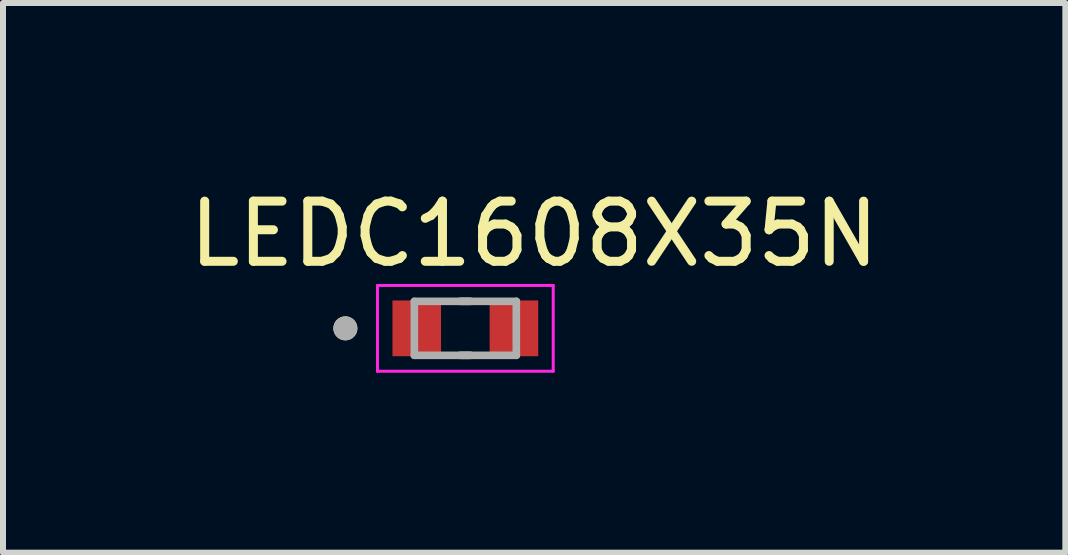
<source format=kicad_pcb>
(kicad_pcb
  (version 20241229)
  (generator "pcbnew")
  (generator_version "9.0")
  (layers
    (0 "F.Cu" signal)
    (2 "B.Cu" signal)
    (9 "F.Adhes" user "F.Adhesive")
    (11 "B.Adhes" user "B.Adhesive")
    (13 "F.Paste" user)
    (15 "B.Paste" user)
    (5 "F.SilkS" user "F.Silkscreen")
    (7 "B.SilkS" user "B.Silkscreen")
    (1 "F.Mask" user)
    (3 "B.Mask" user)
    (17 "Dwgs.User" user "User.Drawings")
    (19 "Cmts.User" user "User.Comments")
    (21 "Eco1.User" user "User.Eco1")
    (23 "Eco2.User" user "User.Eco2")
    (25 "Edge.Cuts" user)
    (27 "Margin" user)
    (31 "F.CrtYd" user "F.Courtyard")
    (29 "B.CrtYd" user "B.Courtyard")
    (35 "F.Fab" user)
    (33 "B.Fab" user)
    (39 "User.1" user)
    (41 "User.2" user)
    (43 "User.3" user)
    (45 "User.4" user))
  (footprint "LEDC1608X35N"
    (layer "F.Cu")
    (at 4.708 2.424)
    (property "Reference" "LEDC1608X35N" (at 1.147 -1.574 0) (layer "F.SilkS") (effects (font (size 1.003 1.003) (thickness 0.15))))
    (attr through_hole)
    (fp_line (start -0.085 -0.45) (end 0.085 -0.45) (stroke (width 0.127) (type solid)) (layer "F.SilkS"))
    (fp_line (start 0.085 0.45) (end -0.085 0.45) (stroke (width 0.127) (type solid)) (layer "F.SilkS"))
    (fp_circle (center -2 0) (end -1.9 0) (stroke (width 0.2) (type solid)) (fill no) (layer "F.SilkS"))
    (fp_line (start -1.465 -0.715) (end 1.465 -0.715) (stroke (width 0.05) (type solid)) (layer "F.CrtYd"))
    (fp_line (start -1.465 0.715) (end -1.465 -0.715) (stroke (width 0.05) (type solid)) (layer "F.CrtYd"))
    (fp_line (start 1.465 -0.715) (end 1.465 0.715) (stroke (width 0.05) (type solid)) (layer "F.CrtYd"))
    (fp_line (start 1.465 0.715) (end -1.465 0.715) (stroke (width 0.05) (type solid)) (layer "F.CrtYd"))
    (fp_line (start -0.85 -0.45) (end 0.85 -0.45) (stroke (width 0.127) (type solid)) (layer "F.Fab"))
    (fp_line (start -0.85 0.45) (end -0.85 -0.45) (stroke (width 0.127) (type solid)) (layer "F.Fab"))
    (fp_line (start 0.85 -0.45) (end 0.85 0.45) (stroke (width 0.127) (type solid)) (layer "F.Fab"))
    (fp_line (start 0.85 0.45) (end -0.85 0.45) (stroke (width 0.127) (type solid)) (layer "F.Fab"))
    (fp_circle (center -2 0) (end -1.9 0) (stroke (width 0.2) (type solid)) (fill no) (layer "F.Fab"))
    (pad "A" smd rect (at 0.81 0) (size 0.81 0.93) (layers "F.Cu" "F.Mask" "F.Paste"))
    (pad "C" smd rect (at -0.81 0) (size 0.81 0.93) (layers "F.Cu" "F.Mask" "F.Paste")))
  (gr_rect
    (start -3 -3)
    (end 14.711 6.164)
    (stroke (width 0.1) (type default))
    (fill no)
    (layer "Edge.Cuts")))
</source>
